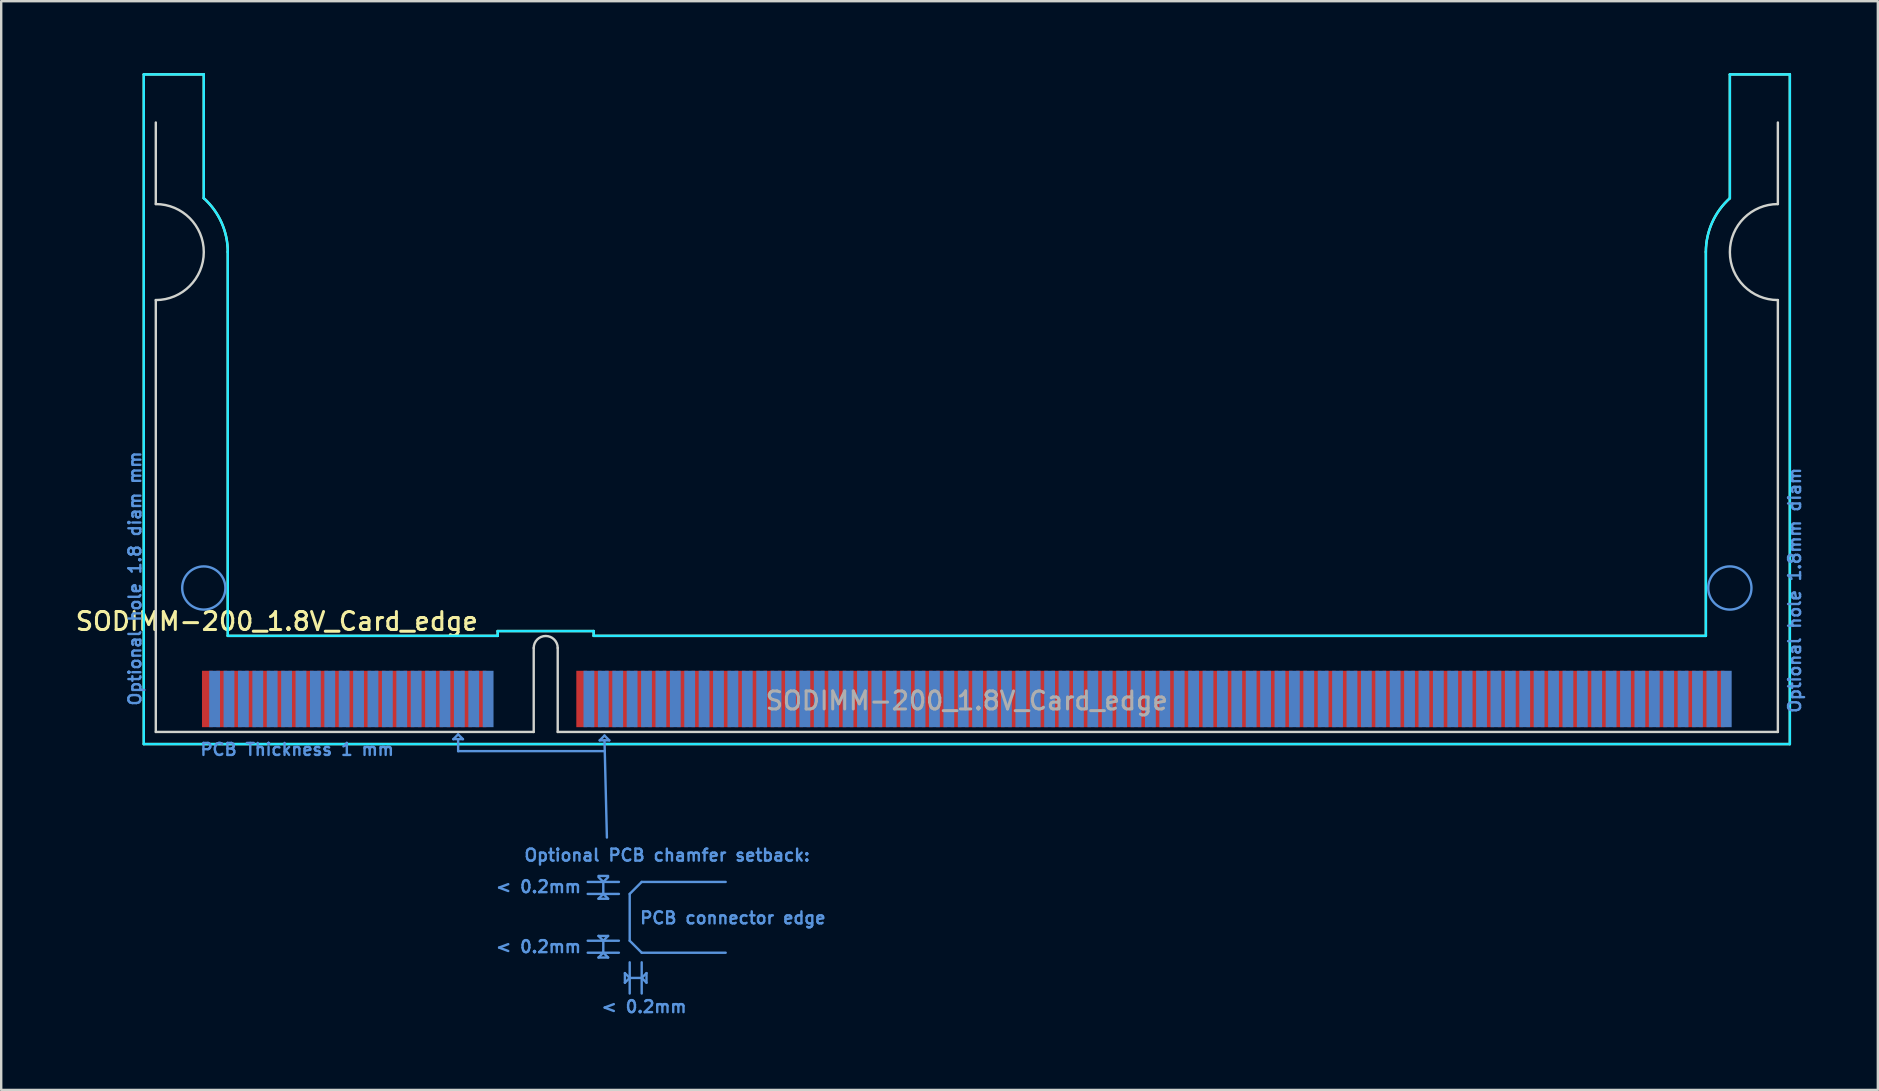
<source format=kicad_pcb>
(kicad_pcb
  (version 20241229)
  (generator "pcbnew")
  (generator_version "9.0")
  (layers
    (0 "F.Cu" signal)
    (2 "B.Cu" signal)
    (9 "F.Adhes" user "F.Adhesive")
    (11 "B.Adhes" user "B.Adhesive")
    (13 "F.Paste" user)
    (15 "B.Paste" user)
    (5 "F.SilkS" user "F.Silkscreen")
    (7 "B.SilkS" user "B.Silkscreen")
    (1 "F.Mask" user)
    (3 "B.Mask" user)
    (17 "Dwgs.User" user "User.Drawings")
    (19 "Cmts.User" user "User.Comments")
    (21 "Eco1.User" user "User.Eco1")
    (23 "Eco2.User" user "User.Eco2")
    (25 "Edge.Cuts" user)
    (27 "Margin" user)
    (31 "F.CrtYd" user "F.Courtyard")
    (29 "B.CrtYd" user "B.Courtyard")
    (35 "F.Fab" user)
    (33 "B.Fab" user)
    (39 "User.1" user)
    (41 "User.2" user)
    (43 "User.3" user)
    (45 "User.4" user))
  (footprint "SODIMM-200_1.8V_Card_edge"
    (layer "F.Cu")
    (at 5.593 26.08)
    (property "Reference" "SODIMM-200_1.8V_Card_edge" (at 2.895 -3.235 0) (layer "F.SilkS") (effects (font (size 0.75 0.75) (thickness 0.125))))
    (attr exclude_from_pos_files exclude_from_bom allow_soldermask_bridges)
    (fp_rect (start -0.352 -1.302) (end 13.6 1.302) (stroke (width 0) (type solid)) (fill yes) (layer "F.Mask"))
    (fp_rect (start 14.6 -1.302) (end 63.352 1.302) (stroke (width 0) (type solid)) (fill yes) (layer "F.Mask"))
    (fp_rect (start -0.052 -1.302) (end 13.6 1.302) (stroke (width 0) (type solid)) (fill yes) (layer "B.Mask"))
    (fp_rect (start 14.6 -1.302) (end 63.652 1.302) (stroke (width 0) (type solid)) (fill yes) (layer "B.Mask"))
    (fp_line (start -2.65 -26.03) (end -2.65 1.88) (stroke (width 0.1) (type default)) (layer "F.SilkS"))
    (fp_line (start -2.65 -26.03) (end -0.15 -26.03) (stroke (width 0.1) (type default)) (layer "F.SilkS"))
    (fp_line (start -0.15 -20.87) (end -0.15 -26.03) (stroke (width 0.1) (type default)) (layer "F.SilkS"))
    (fp_line (start 0.85 -2.63) (end 0.85 -18.63) (stroke (width 0.1) (type default)) (layer "F.SilkS"))
    (fp_line (start 0.85 -2.63) (end 12.1 -2.63) (stroke (width 0.1) (type default)) (layer "F.SilkS"))
    (fp_line (start 12.1 -2.83) (end 16.1 -2.83) (stroke (width 0.1) (type default)) (layer "F.SilkS"))
    (fp_line (start 12.1 -2.63) (end 12.1 -2.83) (stroke (width 0.1) (type default)) (layer "F.SilkS"))
    (fp_line (start 16.1 -2.83) (end 16.1 -2.63) (stroke (width 0.1) (type default)) (layer "F.SilkS"))
    (fp_line (start 16.1 -2.63) (end 62.45 -2.63) (stroke (width 0.1) (type default)) (layer "F.SilkS"))
    (fp_line (start 62.45 -2.63) (end 62.45 -18.63) (stroke (width 0.1) (type default)) (layer "F.SilkS"))
    (fp_line (start 63.45 -20.87) (end 63.45 -26.03) (stroke (width 0.1) (type default)) (layer "F.SilkS"))
    (fp_line (start 65.95 -26.03) (end 63.45 -26.03) (stroke (width 0.1) (type default)) (layer "F.SilkS"))
    (fp_line (start 65.95 -26.03) (end 65.95 1.88) (stroke (width 0.1) (type default)) (layer "F.SilkS"))
    (fp_line (start 65.95 1.88) (end -2.65 1.88) (stroke (width 0.1) (type default)) (layer "F.SilkS"))
    (fp_arc (start -0.15 -20.87) (mid 0.588474 -19.856462) (end 0.85 -18.63) (stroke (width 0.1) (type default)) (layer "F.SilkS"))
    (fp_arc (start 62.45 -18.63) (mid 62.711526 -19.856462) (end 63.45 -20.87) (stroke (width 0.1) (type default)) (layer "F.SilkS"))
    (fp_line (start 10.25 1.675) (end 10.45 1.475) (stroke (width 0.1) (type default)) (layer "Cmts.User"))
    (fp_line (start 10.45 1.475) (end 10.65 1.675) (stroke (width 0.1) (type default)) (layer "Cmts.User"))
    (fp_line (start 10.45 1.675) (end 10.45 2.175) (stroke (width 0.1) (type default)) (layer "Cmts.User"))
    (fp_line (start 10.45 2.175) (end 16.55 2.175) (stroke (width 0.1) (type default)) (layer "Cmts.User"))
    (fp_line (start 10.65 1.675) (end 10.25 1.675) (stroke (width 0.1) (type default)) (layer "Cmts.User"))
    (fp_line (start 15.85 7.625) (end 17.15 7.625) (stroke (width 0.1) (type default)) (layer "Cmts.User"))
    (fp_line (start 15.85 8.125) (end 17.15 8.125) (stroke (width 0.1) (type default)) (layer "Cmts.User"))
    (fp_line (start 15.85 10.075) (end 17.15 10.075) (stroke (width 0.1) (type default)) (layer "Cmts.User"))
    (fp_line (start 15.85 10.575) (end 17.15 10.575) (stroke (width 0.1) (type default)) (layer "Cmts.User"))
    (fp_line (start 16.3 7.375) (end 16.7 7.375) (stroke (width 0.1) (type default)) (layer "Cmts.User"))
    (fp_line (start 16.3 8.325) (end 16.5 8.125) (stroke (width 0.1) (type default)) (layer "Cmts.User"))
    (fp_line (start 16.3 9.875) (end 16.7 9.875) (stroke (width 0.1) (type default)) (layer "Cmts.User"))
    (fp_line (start 16.3 10.775) (end 16.5 10.575) (stroke (width 0.1) (type default)) (layer "Cmts.User"))
    (fp_line (start 16.35 1.725) (end 16.55 1.525) (stroke (width 0.1) (type default)) (layer "Cmts.User"))
    (fp_line (start 16.5 7.625) (end 16.3 7.425) (stroke (width 0.1) (type default)) (layer "Cmts.User"))
    (fp_line (start 16.5 8.125) (end 16.5 7.625) (stroke (width 0.1) (type default)) (layer "Cmts.User"))
    (fp_line (start 16.5 8.125) (end 16.7 8.325) (stroke (width 0.1) (type default)) (layer "Cmts.User"))
    (fp_line (start 16.5 10.075) (end 16.3 9.875) (stroke (width 0.1) (type default)) (layer "Cmts.User"))
    (fp_line (start 16.5 10.575) (end 16.5 10.075) (stroke (width 0.1) (type default)) (layer "Cmts.User"))
    (fp_line (start 16.5 10.575) (end 16.7 10.775) (stroke (width 0.1) (type default)) (layer "Cmts.User"))
    (fp_line (start 16.55 1.525) (end 16.75 1.725) (stroke (width 0.1) (type default)) (layer "Cmts.User"))
    (fp_line (start 16.55 1.725) (end 16.65 5.775) (stroke (width 0.1) (type default)) (layer "Cmts.User"))
    (fp_line (start 16.7 7.425) (end 16.5 7.625) (stroke (width 0.1) (type default)) (layer "Cmts.User"))
    (fp_line (start 16.7 8.325) (end 16.3 8.325) (stroke (width 0.1) (type default)) (layer "Cmts.User"))
    (fp_line (start 16.7 9.875) (end 16.5 10.075) (stroke (width 0.1) (type default)) (layer "Cmts.User"))
    (fp_line (start 16.7 10.775) (end 16.3 10.775) (stroke (width 0.1) (type default)) (layer "Cmts.User"))
    (fp_line (start 16.75 1.725) (end 16.35 1.725) (stroke (width 0.1) (type default)) (layer "Cmts.User"))
    (fp_line (start 17.4 11.425) (end 17.6 11.625) (stroke (width 0.1) (type default)) (layer "Cmts.User"))
    (fp_line (start 17.4 11.825) (end 17.4 11.425) (stroke (width 0.1) (type default)) (layer "Cmts.User"))
    (fp_line (start 17.6 8.125) (end 17.6 10.075) (stroke (width 0.1) (type default)) (layer "Cmts.User"))
    (fp_line (start 17.6 10.975) (end 17.6 12.275) (stroke (width 0.1) (type default)) (layer "Cmts.User"))
    (fp_line (start 17.6 11.625) (end 17.4 11.825) (stroke (width 0.1) (type default)) (layer "Cmts.User"))
    (fp_line (start 17.6 11.625) (end 18.1 11.625) (stroke (width 0.1) (type default)) (layer "Cmts.User"))
    (fp_line (start 18.1 7.625) (end 17.6 8.125) (stroke (width 0.1) (type default)) (layer "Cmts.User"))
    (fp_line (start 18.1 7.625) (end 21.6 7.625) (stroke (width 0.1) (type default)) (layer "Cmts.User"))
    (fp_line (start 18.1 10.575) (end 17.6 10.075) (stroke (width 0.1) (type default)) (layer "Cmts.User"))
    (fp_line (start 18.1 10.575) (end 21.6 10.575) (stroke (width 0.1) (type default)) (layer "Cmts.User"))
    (fp_line (start 18.1 10.975) (end 18.1 12.275) (stroke (width 0.1) (type default)) (layer "Cmts.User"))
    (fp_line (start 18.1 11.625) (end 18.3 11.425) (stroke (width 0.1) (type default)) (layer "Cmts.User"))
    (fp_line (start 18.3 11.425) (end 18.3 11.825) (stroke (width 0.1) (type default)) (layer "Cmts.User"))
    (fp_line (start 18.3 11.825) (end 18.1 11.625) (stroke (width 0.1) (type default)) (layer "Cmts.User"))
    (fp_circle (center -0.15 -4.625) (end 0.75 -4.625) (stroke (width 0.1) (type default)) (fill no) (layer "Cmts.User"))
    (fp_circle (center 63.45 -4.625) (end 64.35 -4.625) (stroke (width 0.1) (type default)) (fill no) (layer "Cmts.User"))
    (fp_line (start -2.15 -20.625) (end -2.15 -24.025) (stroke (width 0.1) (type default)) (layer "Edge.Cuts"))
    (fp_line (start -2.15 1.375) (end -2.15 -16.625) (stroke (width 0.1) (type solid)) (layer "Edge.Cuts"))
    (fp_line (start 13.6 1.375) (end -2.15 1.375) (stroke (width 0.1) (type default)) (layer "Edge.Cuts"))
    (fp_line (start 13.6 1.375) (end 13.6 -2.125) (stroke (width 0.1) (type solid)) (layer "Edge.Cuts"))
    (fp_line (start 14.6 -2.125) (end 14.6 1.375) (stroke (width 0.1) (type solid)) (layer "Edge.Cuts"))
    (fp_line (start 14.6 1.375) (end 65.45 1.375) (stroke (width 0.1) (type default)) (layer "Edge.Cuts"))
    (fp_line (start 65.45 -20.625) (end 65.45 -24.025) (stroke (width 0.1) (type default)) (layer "Edge.Cuts"))
    (fp_line (start 65.45 1.375) (end 65.45 -16.625) (stroke (width 0.1) (type solid)) (layer "Edge.Cuts"))
    (fp_arc (start -2.15 -20.625) (mid -0.15 -18.625) (end -2.15 -16.625) (stroke (width 0.1) (type solid)) (layer "Edge.Cuts"))
    (fp_arc (start 13.6 -2.125) (mid 14.1 -2.625) (end 14.6 -2.125) (stroke (width 0.1) (type solid)) (layer "Edge.Cuts"))
    (fp_arc (start 65.45 -16.625) (mid 63.45 -18.625) (end 65.45 -20.625) (stroke (width 0.1) (type solid)) (layer "Edge.Cuts"))
    (fp_line (start -2.65 -26.03) (end -2.65 1.88) (stroke (width 0.1) (type default)) (layer "B.CrtYd"))
    (fp_line (start -2.65 -26.03) (end -0.15 -26.03) (stroke (width 0.1) (type default)) (layer "B.CrtYd"))
    (fp_line (start -0.15 -20.87) (end -0.15 -26.03) (stroke (width 0.1) (type default)) (layer "B.CrtYd"))
    (fp_line (start 0.85 -18.63) (end 0.85 -2.63) (stroke (width 0.1) (type default)) (layer "B.CrtYd"))
    (fp_line (start 0.85 -2.63) (end 12.1 -2.63) (stroke (width 0.1) (type default)) (layer "B.CrtYd"))
    (fp_line (start 12.1 -2.83) (end 16.1 -2.83) (stroke (width 0.1) (type default)) (layer "B.CrtYd"))
    (fp_line (start 12.1 -2.63) (end 12.1 -2.83) (stroke (width 0.1) (type default)) (layer "B.CrtYd"))
    (fp_line (start 16.1 -2.83) (end 16.1 -2.63) (stroke (width 0.1) (type default)) (layer "B.CrtYd"))
    (fp_line (start 16.1 -2.63) (end 62.45 -2.63) (stroke (width 0.1) (type default)) (layer "B.CrtYd"))
    (fp_line (start 62.45 -18.63) (end 62.45 -2.63) (stroke (width 0.1) (type default)) (layer "B.CrtYd"))
    (fp_line (start 63.45 -20.87) (end 63.45 -26.03) (stroke (width 0.1) (type default)) (layer "B.CrtYd"))
    (fp_line (start 65.95 -26.03) (end 63.45 -26.03) (stroke (width 0.1) (type default)) (layer "B.CrtYd"))
    (fp_line (start 65.95 -26.03) (end 65.95 1.88) (stroke (width 0.1) (type default)) (layer "B.CrtYd"))
    (fp_line (start 65.95 1.88) (end -2.65 1.88) (stroke (width 0.1) (type default)) (layer "B.CrtYd"))
    (fp_arc (start -0.15 -20.87) (mid 0.588474 -19.856462) (end 0.85 -18.63) (stroke (width 0.1) (type default)) (layer "B.CrtYd"))
    (fp_arc (start 62.45 -18.63) (mid 62.711526 -19.856462) (end 63.45 -20.87) (stroke (width 0.1) (type default)) (layer "B.CrtYd"))
    (fp_text user "< 0.2mm" (at 13.8 7.825 180) (layer "Cmts.User") (effects (font (size 0.5 0.5) (thickness 0.1))))
    (fp_text user "Optional hole 1.8mm diam" (at 66.15 -4.53 90) (unlocked yes) (layer "Cmts.User") (effects (font (size 0.5 0.5) (thickness 0.1))))
    (fp_text user "PCB connector edge" (at 21.9 9.125 180) (layer "Cmts.User") (effects (font (size 0.5 0.5) (thickness 0.1))))
    (fp_text user "Optional hole 1.8 diam mm" (at -3.02 -5.02 90) (unlocked yes) (layer "Cmts.User") (effects (font (size 0.5 0.5) (thickness 0.1))))
    (fp_text user "Optional PCB chamfer setback:" (at 19.16 6.51 180) (layer "Cmts.User") (effects (font (size 0.5 0.5) (thickness 0.1))))
    (fp_text user "< 0.2mm" (at 18.2 12.825 180) (layer "Cmts.User") (effects (font (size 0.5 0.5) (thickness 0.1))))
    (fp_text user "< 0.2mm" (at 13.8 10.325 180) (layer "Cmts.User") (effects (font (size 0.5 0.5) (thickness 0.1))))
    (fp_text user "PCB Thickness 1 mm" (at 3.74 2.105 180) (layer "Cmts.User") (effects (font (size 0.5 0.5) (thickness 0.1))))
    (fp_text user "${REFERENCE}" (at 31.65 0.075 0) (layer "F.Fab") (effects (font (size 0.75 0.75) (thickness 0.125))))
    (pad "1" connect rect (at 0 0) (size 0.45 2.35) (layers "F.Cu" "F.Mask"))
    (pad "2" connect rect (at 0.3 0) (size 0.45 2.35) (layers "B.Cu" "B.Mask"))
    (pad "3" connect rect (at 0.6 0) (size 0.45 2.35) (layers "F.Cu" "F.Mask"))
    (pad "4" connect rect (at 0.9 0) (size 0.45 2.35) (layers "B.Cu" "B.Mask"))
    (pad "5" connect rect (at 1.2 0) (size 0.45 2.35) (layers "F.Cu" "F.Mask"))
    (pad "6" connect rect (at 1.5 0) (size 0.45 2.35) (layers "B.Cu" "B.Mask"))
    (pad "7" connect rect (at 1.8 0) (size 0.45 2.35) (layers "F.Cu" "F.Mask"))
    (pad "8" connect rect (at 2.1 0) (size 0.45 2.35) (layers "B.Cu" "B.Mask"))
    (pad "9" connect rect (at 2.4 0) (size 0.45 2.35) (layers "F.Cu" "F.Mask"))
    (pad "10" connect rect (at 2.7 0) (size 0.45 2.35) (layers "B.Cu" "B.Mask"))
    (pad "11" connect rect (at 3 0) (size 0.45 2.35) (layers "F.Cu" "F.Mask"))
    (pad "12" connect rect (at 3.3 0) (size 0.45 2.35) (layers "B.Cu" "B.Mask"))
    (pad "13" connect rect (at 3.6 0) (size 0.45 2.35) (layers "F.Cu" "F.Mask"))
    (pad "14" connect rect (at 3.9 0) (size 0.45 2.35) (layers "B.Cu" "B.Mask"))
    (pad "15" connect rect (at 4.2 0) (size 0.45 2.35) (layers "F.Cu" "F.Mask"))
    (pad "16" connect rect (at 4.5 0) (size 0.45 2.35) (layers "B.Cu" "B.Mask"))
    (pad "17" connect rect (at 4.8 0) (size 0.45 2.35) (layers "F.Cu" "F.Mask"))
    (pad "18" connect rect (at 5.1 0) (size 0.45 2.35) (layers "B.Cu" "B.Mask"))
    (pad "19" connect rect (at 5.4 0) (size 0.45 2.35) (layers "F.Cu" "F.Mask"))
    (pad "20" connect rect (at 5.7 0) (size 0.45 2.35) (layers "B.Cu" "B.Mask"))
    (pad "21" connect rect (at 6 0) (size 0.45 2.35) (layers "F.Cu" "F.Mask"))
    (pad "22" connect rect (at 6.3 0) (size 0.45 2.35) (layers "B.Cu" "B.Mask"))
    (pad "23" connect rect (at 6.6 0) (size 0.45 2.35) (layers "F.Cu" "F.Mask"))
    (pad "24" connect rect (at 6.9 0) (size 0.45 2.35) (layers "B.Cu" "B.Mask"))
    (pad "25" connect rect (at 7.2 0) (size 0.45 2.35) (layers "F.Cu" "F.Mask"))
    (pad "26" connect rect (at 7.5 0) (size 0.45 2.35) (layers "B.Cu" "B.Mask"))
    (pad "27" connect rect (at 7.8 0) (size 0.45 2.35) (layers "F.Cu" "F.Mask"))
    (pad "28" connect rect (at 8.1 0) (size 0.45 2.35) (layers "B.Cu" "B.Mask"))
    (pad "29" connect rect (at 8.4 0) (size 0.45 2.35) (layers "F.Cu" "F.Mask"))
    (pad "30" connect rect (at 8.7 0) (size 0.45 2.35) (layers "B.Cu" "B.Mask"))
    (pad "31" connect rect (at 9 0) (size 0.45 2.35) (layers "F.Cu" "F.Mask"))
    (pad "32" connect rect (at 9.3 0) (size 0.45 2.35) (layers "B.Cu" "B.Mask"))
    (pad "33" connect rect (at 9.6 0) (size 0.45 2.35) (layers "F.Cu" "F.Mask"))
    (pad "34" connect rect (at 9.9 0) (size 0.45 2.35) (layers "B.Cu" "B.Mask"))
    (pad "35" connect rect (at 10.2 0) (size 0.45 2.35) (layers "F.Cu" "F.Mask"))
    (pad "36" connect rect (at 10.5 0) (size 0.45 2.35) (layers "B.Cu" "B.Mask"))
    (pad "37" connect rect (at 10.8 0) (size 0.45 2.35) (layers "F.Cu" "F.Mask"))
    (pad "38" connect rect (at 11.1 0) (size 0.45 2.35) (layers "B.Cu" "B.Mask"))
    (pad "39" connect rect (at 11.4 0) (size 0.45 2.35) (layers "F.Cu" "F.Mask"))
    (pad "40" connect rect (at 11.7 0) (size 0.45 2.35) (layers "B.Cu" "B.Mask"))
    (pad "41" connect rect (at 15.6 0) (size 0.45 2.35) (layers "F.Cu" "F.Mask"))
    (pad "42" connect rect (at 15.9 0) (size 0.45 2.35) (layers "B.Cu" "B.Mask"))
    (pad "43" connect rect (at 16.2 0) (size 0.45 2.35) (layers "F.Cu" "F.Mask"))
    (pad "44" connect rect (at 16.5 0) (size 0.45 2.35) (layers "B.Cu" "B.Mask"))
    (pad "45" connect rect (at 16.8 0) (size 0.45 2.35) (layers "F.Cu" "F.Mask"))
    (pad "46" connect rect (at 17.1 0) (size 0.45 2.35) (layers "B.Cu" "B.Mask"))
    (pad "47" connect rect (at 17.4 0) (size 0.45 2.35) (layers "F.Cu" "F.Mask"))
    (pad "48" connect rect (at 17.7 0) (size 0.45 2.35) (layers "B.Cu" "B.Mask"))
    (pad "49" connect rect (at 18 0) (size 0.45 2.35) (layers "F.Cu" "F.Mask"))
    (pad "50" connect rect (at 18.3 0) (size 0.45 2.35) (layers "B.Cu" "B.Mask"))
    (pad "51" connect rect (at 18.6 0) (size 0.45 2.35) (layers "F.Cu" "F.Mask"))
    (pad "52" connect rect (at 18.9 0) (size 0.45 2.35) (layers "B.Cu" "B.Mask"))
    (pad "53" connect rect (at 19.2 0) (size 0.45 2.35) (layers "F.Cu" "F.Mask"))
    (pad "54" connect rect (at 19.5 0) (size 0.45 2.35) (layers "B.Cu" "B.Mask"))
    (pad "55" connect rect (at 19.8 0) (size 0.45 2.35) (layers "F.Cu" "F.Mask"))
    (pad "56" connect rect (at 20.1 0) (size 0.45 2.35) (layers "B.Cu" "B.Mask"))
    (pad "57" connect rect (at 20.4 0) (size 0.45 2.35) (layers "F.Cu" "F.Mask"))
    (pad "58" connect rect (at 20.7 0) (size 0.45 2.35) (layers "B.Cu" "B.Mask"))
    (pad "59" connect rect (at 21 0) (size 0.45 2.35) (layers "F.Cu" "F.Mask"))
    (pad "60" connect rect (at 21.3 0) (size 0.45 2.35) (layers "B.Cu" "B.Mask"))
    (pad "61" connect rect (at 21.6 0) (size 0.45 2.35) (layers "F.Cu" "F.Mask"))
    (pad "62" connect rect (at 21.9 0) (size 0.45 2.35) (layers "B.Cu" "B.Mask"))
    (pad "63" connect rect (at 22.2 0) (size 0.45 2.35) (layers "F.Cu" "F.Mask"))
    (pad "64" connect rect (at 22.5 0) (size 0.45 2.35) (layers "B.Cu" "B.Mask"))
    (pad "65" connect rect (at 22.8 0) (size 0.45 2.35) (layers "F.Cu" "F.Mask"))
    (pad "66" connect rect (at 23.1 0) (size 0.45 2.35) (layers "B.Cu" "B.Mask"))
    (pad "67" connect rect (at 23.4 0) (size 0.45 2.35) (layers "F.Cu" "F.Mask"))
    (pad "68" connect rect (at 23.7 0) (size 0.45 2.35) (layers "B.Cu" "B.Mask"))
    (pad "69" connect rect (at 24 0) (size 0.45 2.35) (layers "F.Cu" "F.Mask"))
    (pad "70" connect rect (at 24.3 0) (size 0.45 2.35) (layers "B.Cu" "B.Mask"))
    (pad "71" connect rect (at 24.6 0) (size 0.45 2.35) (layers "F.Cu" "F.Mask"))
    (pad "72" connect rect (at 24.9 0) (size 0.45 2.35) (layers "B.Cu" "B.Mask"))
    (pad "73" connect rect (at 25.2 0) (size 0.45 2.35) (layers "F.Cu" "F.Mask"))
    (pad "74" connect rect (at 25.5 0) (size 0.45 2.35) (layers "B.Cu" "B.Mask"))
    (pad "75" connect rect (at 25.8 0) (size 0.45 2.35) (layers "F.Cu" "F.Mask"))
    (pad "76" connect rect (at 26.1 0) (size 0.45 2.35) (layers "B.Cu" "B.Mask"))
    (pad "77" connect rect (at 26.4 0) (size 0.45 2.35) (layers "F.Cu" "F.Mask"))
    (pad "78" connect rect (at 26.7 0) (size 0.45 2.35) (layers "B.Cu" "B.Mask"))
    (pad "79" connect rect (at 27 0) (size 0.45 2.35) (layers "F.Cu" "F.Mask"))
    (pad "80" connect rect (at 27.3 0) (size 0.45 2.35) (layers "B.Cu" "B.Mask"))
    (pad "81" connect rect (at 27.6 0) (size 0.45 2.35) (layers "F.Cu" "F.Mask"))
    (pad "82" connect rect (at 27.9 0) (size 0.45 2.35) (layers "B.Cu" "B.Mask"))
    (pad "83" connect rect (at 28.2 0) (size 0.45 2.35) (layers "F.Cu" "F.Mask"))
    (pad "84" connect rect (at 28.5 0) (size 0.45 2.35) (layers "B.Cu" "B.Mask"))
    (pad "85" connect rect (at 28.8 0) (size 0.45 2.35) (layers "F.Cu" "F.Mask"))
    (pad "86" connect rect (at 29.1 0) (size 0.45 2.35) (layers "B.Cu" "B.Mask"))
    (pad "87" connect rect (at 29.4 0) (size 0.45 2.35) (layers "F.Cu" "F.Mask"))
    (pad "88" connect rect (at 29.7 0) (size 0.45 2.35) (layers "B.Cu" "B.Mask"))
    (pad "89" connect rect (at 30 0) (size 0.45 2.35) (layers "F.Cu" "F.Mask"))
    (pad "90" connect rect (at 30.3 0) (size 0.45 2.35) (layers "B.Cu" "B.Mask"))
    (pad "91" connect rect (at 30.6 0) (size 0.45 2.35) (layers "F.Cu" "F.Mask"))
    (pad "92" connect rect (at 30.9 0) (size 0.45 2.35) (layers "B.Cu" "B.Mask"))
    (pad "93" connect rect (at 31.2 0) (size 0.45 2.35) (layers "F.Cu" "F.Mask"))
    (pad "94" connect rect (at 31.5 0) (size 0.45 2.35) (layers "B.Cu" "B.Mask"))
    (pad "95" connect rect (at 31.8 0) (size 0.45 2.35) (layers "F.Cu" "F.Mask"))
    (pad "96" connect rect (at 32.1 0) (size 0.45 2.35) (layers "B.Cu" "B.Mask"))
    (pad "97" connect rect (at 32.4 0) (size 0.45 2.35) (layers "F.Cu" "F.Mask"))
    (pad "98" connect rect (at 32.7 0) (size 0.45 2.35) (layers "B.Cu" "B.Mask"))
    (pad "99" connect rect (at 33 0) (size 0.45 2.35) (layers "F.Cu" "F.Mask"))
    (pad "100" connect rect (at 33.3 0) (size 0.45 2.35) (layers "B.Cu" "B.Mask"))
    (pad "101" connect rect (at 33.6 0) (size 0.45 2.35) (layers "F.Cu" "F.Mask"))
    (pad "102" connect rect (at 33.9 0) (size 0.45 2.35) (layers "B.Cu" "B.Mask"))
    (pad "103" connect rect (at 34.2 0) (size 0.45 2.35) (layers "F.Cu" "F.Mask"))
    (pad "104" connect rect (at 34.5 0) (size 0.45 2.35) (layers "B.Cu" "B.Mask"))
    (pad "105" connect rect (at 34.8 0) (size 0.45 2.35) (layers "F.Cu" "F.Mask"))
    (pad "106" connect rect (at 35.1 0) (size 0.45 2.35) (layers "B.Cu" "B.Mask"))
    (pad "107" connect rect (at 35.4 0) (size 0.45 2.35) (layers "F.Cu" "F.Mask"))
    (pad "108" connect rect (at 35.7 0) (size 0.45 2.35) (layers "B.Cu" "B.Mask"))
    (pad "109" connect rect (at 36 0) (size 0.45 2.35) (layers "F.Cu" "F.Mask"))
    (pad "110" connect rect (at 36.3 0) (size 0.45 2.35) (layers "B.Cu" "B.Mask"))
    (pad "111" connect rect (at 36.6 0) (size 0.45 2.35) (layers "F.Cu" "F.Mask"))
    (pad "112" connect rect (at 36.9 0) (size 0.45 2.35) (layers "B.Cu" "B.Mask"))
    (pad "113" connect rect (at 37.2 0) (size 0.45 2.35) (layers "F.Cu" "F.Mask"))
    (pad "114" connect rect (at 37.5 0) (size 0.45 2.35) (layers "B.Cu" "B.Mask"))
    (pad "115" connect rect (at 37.8 0) (size 0.45 2.35) (layers "F.Cu" "F.Mask"))
    (pad "116" connect rect (at 38.1 0) (size 0.45 2.35) (layers "B.Cu" "B.Mask"))
    (pad "117" connect rect (at 38.4 0) (size 0.45 2.35) (layers "F.Cu" "F.Mask"))
    (pad "118" connect rect (at 38.7 0) (size 0.45 2.35) (layers "B.Cu" "B.Mask"))
    (pad "119" connect rect (at 39 0) (size 0.45 2.35) (layers "F.Cu" "F.Mask"))
    (pad "120" connect rect (at 39.3 0) (size 0.45 2.35) (layers "B.Cu" "B.Mask"))
    (pad "121" connect rect (at 39.6 0) (size 0.45 2.35) (layers "F.Cu" "F.Mask"))
    (pad "122" connect rect (at 39.9 0) (size 0.45 2.35) (layers "B.Cu" "B.Mask"))
    (pad "123" connect rect (at 40.2 0) (size 0.45 2.35) (layers "F.Cu" "F.Mask"))
    (pad "124" connect rect (at 40.5 0) (size 0.45 2.35) (layers "B.Cu" "B.Mask"))
    (pad "125" connect rect (at 40.8 0) (size 0.45 2.35) (layers "F.Cu" "F.Mask"))
    (pad "126" connect rect (at 41.1 0) (size 0.45 2.35) (layers "B.Cu" "B.Mask"))
    (pad "127" connect rect (at 41.4 0) (size 0.45 2.35) (layers "F.Cu" "F.Mask"))
    (pad "128" connect rect (at 41.7 0) (size 0.45 2.35) (layers "B.Cu" "B.Mask"))
    (pad "129" connect rect (at 42 0) (size 0.45 2.35) (layers "F.Cu" "F.Mask"))
    (pad "130" connect rect (at 42.3 0) (size 0.45 2.35) (layers "B.Cu" "B.Mask"))
    (pad "131" connect rect (at 42.6 0) (size 0.45 2.35) (layers "F.Cu" "F.Mask"))
    (pad "132" connect rect (at 42.9 0) (size 0.45 2.35) (layers "B.Cu" "B.Mask"))
    (pad "133" connect rect (at 43.2 0) (size 0.45 2.35) (layers "F.Cu" "F.Mask"))
    (pad "134" connect rect (at 43.5 0) (size 0.45 2.35) (layers "B.Cu" "B.Mask"))
    (pad "135" connect rect (at 43.8 0) (size 0.45 2.35) (layers "F.Cu" "F.Mask"))
    (pad "136" connect rect (at 44.1 0) (size 0.45 2.35) (layers "B.Cu" "B.Mask"))
    (pad "137" connect rect (at 44.4 0) (size 0.45 2.35) (layers "F.Cu" "F.Mask"))
    (pad "138" connect rect (at 44.7 0) (size 0.45 2.35) (layers "B.Cu" "B.Mask"))
    (pad "139" connect rect (at 45 0) (size 0.45 2.35) (layers "F.Cu" "F.Mask"))
    (pad "140" connect rect (at 45.3 0) (size 0.45 2.35) (layers "B.Cu" "B.Mask"))
    (pad "141" connect rect (at 45.6 0) (size 0.45 2.35) (layers "F.Cu" "F.Mask"))
    (pad "142" connect rect (at 45.9 0) (size 0.45 2.35) (layers "B.Cu" "B.Mask"))
    (pad "143" connect rect (at 46.2 0) (size 0.45 2.35) (layers "F.Cu" "F.Mask"))
    (pad "144" connect rect (at 46.5 0) (size 0.45 2.35) (layers "B.Cu" "B.Mask"))
    (pad "145" connect rect (at 46.8 0) (size 0.45 2.35) (layers "F.Cu" "F.Mask"))
    (pad "146" connect rect (at 47.1 0) (size 0.45 2.35) (layers "B.Cu" "B.Mask"))
    (pad "147" connect rect (at 47.4 0) (size 0.45 2.35) (layers "F.Cu" "F.Mask"))
    (pad "148" connect rect (at 47.7 0) (size 0.45 2.35) (layers "B.Cu" "B.Mask"))
    (pad "149" connect rect (at 48 0) (size 0.45 2.35) (layers "F.Cu" "F.Mask"))
    (pad "150" connect rect (at 48.3 0) (size 0.45 2.35) (layers "B.Cu" "B.Mask"))
    (pad "151" connect rect (at 48.6 0) (size 0.45 2.35) (layers "F.Cu" "F.Mask"))
    (pad "152" connect rect (at 48.9 0) (size 0.45 2.35) (layers "B.Cu" "B.Mask"))
    (pad "153" connect rect (at 49.2 0) (size 0.45 2.35) (layers "F.Cu" "F.Mask"))
    (pad "154" connect rect (at 49.5 0) (size 0.45 2.35) (layers "B.Cu" "B.Mask"))
    (pad "155" connect rect (at 49.8 0) (size 0.45 2.35) (layers "F.Cu" "F.Mask"))
    (pad "156" connect rect (at 50.1 0) (size 0.45 2.35) (layers "B.Cu" "B.Mask"))
    (pad "157" connect rect (at 50.4 0) (size 0.45 2.35) (layers "F.Cu" "F.Mask"))
    (pad "158" connect rect (at 50.7 0) (size 0.45 2.35) (layers "B.Cu" "B.Mask"))
    (pad "159" connect rect (at 51 0) (size 0.45 2.35) (layers "F.Cu" "F.Mask"))
    (pad "160" connect rect (at 51.3 0) (size 0.45 2.35) (layers "B.Cu" "B.Mask"))
    (pad "161" connect rect (at 51.6 0) (size 0.45 2.35) (layers "F.Cu" "F.Mask"))
    (pad "162" connect rect (at 51.9 0) (size 0.45 2.35) (layers "B.Cu" "B.Mask"))
    (pad "163" connect rect (at 52.2 0) (size 0.45 2.35) (layers "F.Cu" "F.Mask"))
    (pad "164" connect rect (at 52.5 0) (size 0.45 2.35) (layers "B.Cu" "B.Mask"))
    (pad "165" connect rect (at 52.8 0) (size 0.45 2.35) (layers "F.Cu" "F.Mask"))
    (pad "166" connect rect (at 53.1 0) (size 0.45 2.35) (layers "B.Cu" "B.Mask"))
    (pad "167" connect rect (at 53.4 0) (size 0.45 2.35) (layers "F.Cu" "F.Mask"))
    (pad "168" connect rect (at 53.7 0) (size 0.45 2.35) (layers "B.Cu" "B.Mask"))
    (pad "169" connect rect (at 54 0) (size 0.45 2.35) (layers "F.Cu" "F.Mask"))
    (pad "170" connect rect (at 54.3 0) (size 0.45 2.35) (layers "B.Cu" "B.Mask"))
    (pad "171" connect rect (at 54.6 0) (size 0.45 2.35) (layers "F.Cu" "F.Mask"))
    (pad "172" connect rect (at 54.9 0) (size 0.45 2.35) (layers "B.Cu" "B.Mask"))
    (pad "173" connect rect (at 55.2 0) (size 0.45 2.35) (layers "F.Cu" "F.Mask"))
    (pad "174" connect rect (at 55.5 0) (size 0.45 2.35) (layers "B.Cu" "B.Mask"))
    (pad "175" connect rect (at 55.8 0) (size 0.45 2.35) (layers "F.Cu" "F.Mask"))
    (pad "176" connect rect (at 56.1 0) (size 0.45 2.35) (layers "B.Cu" "B.Mask"))
    (pad "177" connect rect (at 56.4 0) (size 0.45 2.35) (layers "F.Cu" "F.Mask"))
    (pad "178" connect rect (at 56.7 0) (size 0.45 2.35) (layers "B.Cu" "B.Mask"))
    (pad "179" connect rect (at 57 0) (size 0.45 2.35) (layers "F.Cu" "F.Mask"))
    (pad "180" connect rect (at 57.3 0) (size 0.45 2.35) (layers "B.Cu" "B.Mask"))
    (pad "181" connect rect (at 57.6 0) (size 0.45 2.35) (layers "F.Cu" "F.Mask"))
    (pad "182" connect rect (at 57.9 0) (size 0.45 2.35) (layers "B.Cu" "B.Mask"))
    (pad "183" connect rect (at 58.2 0) (size 0.45 2.35) (layers "F.Cu" "F.Mask"))
    (pad "184" connect rect (at 58.5 0) (size 0.45 2.35) (layers "B.Cu" "B.Mask"))
    (pad "185" connect rect (at 58.8 0) (size 0.45 2.35) (layers "F.Cu" "F.Mask"))
    (pad "186" connect rect (at 59.1 0) (size 0.45 2.35) (layers "B.Cu" "B.Mask"))
    (pad "187" connect rect (at 59.4 0) (size 0.45 2.35) (layers "F.Cu" "F.Mask"))
    (pad "188" connect rect (at 59.7 0) (size 0.45 2.35) (layers "B.Cu" "B.Mask"))
    (pad "189" connect rect (at 60 0) (size 0.45 2.35) (layers "F.Cu" "F.Mask"))
    (pad "190" connect rect (at 60.3 0) (size 0.45 2.35) (layers "B.Cu" "B.Mask"))
    (pad "191" connect rect (at 60.6 0) (size 0.45 2.35) (layers "F.Cu" "F.Mask"))
    (pad "192" connect rect (at 60.9 0) (size 0.45 2.35) (layers "B.Cu" "B.Mask"))
    (pad "193" connect rect (at 61.2 0) (size 0.45 2.35) (layers "F.Cu" "F.Mask"))
    (pad "194" connect rect (at 61.5 0) (size 0.45 2.35) (layers "B.Cu" "B.Mask"))
    (pad "195" connect rect (at 61.8 0) (size 0.45 2.35) (layers "F.Cu" "F.Mask"))
    (pad "196" connect rect (at 62.1 0) (size 0.45 2.35) (layers "B.Cu" "B.Mask"))
    (pad "197" connect rect (at 62.4 0) (size 0.45 2.35) (layers "F.Cu" "F.Mask"))
    (pad "198" connect rect (at 62.7 0) (size 0.45 2.35) (layers "B.Cu" "B.Mask"))
    (pad "199" connect rect (at 63 0) (size 0.45 2.35) (layers "F.Cu" "F.Mask"))
    (pad "200" connect rect (at 63.3 0) (size 0.45 2.35) (layers "B.Cu" "B.Mask"))
    (zone (net_name "") (layers "F.Cu" "B.Cu") (hatch edge 0.5) (connect_pads) (min_thickness 0.25) (filled_areas_thickness no) (keepout (tracks not_allowed) (vias not_allowed) (pads not_allowed) (copperpour not_allowed) (footprints allowed)) (placement (enabled no)) (fill) (polygon (pts (xy 3.442 13.48) (xy 5.442 13.48) (xy 5.442 7.455) (xy 3.442 7.455))))
    (zone (net_name "") (layers "F.Cu" "B.Cu") (hatch edge 0.5) (connect_pads) (min_thickness 0.25) (filled_areas_thickness no) (keepout (tracks not_allowed) (vias not_allowed) (pads not_allowed) (copperpour not_allowed) (footprints allowed)) (placement (enabled no)) (fill) (polygon (pts (xy 3.442 24.905) (xy 5.317 24.905) (xy 5.317 27.455) (xy 3.442 27.455))))
    (zone (net_name "") (layers "F.Cu" "B.Cu") (hatch edge 0.5) (connect_pads) (min_thickness 0.25) (filled_areas_thickness no) (keepout (tracks not_allowed) (vias not_allowed) (pads not_allowed) (copperpour not_allowed) (footprints allowed)) (placement (enabled no)) (fill) (polygon (pts (xy 3.442 27.455) (xy 4.442 27.455) (xy 4.442 13.48) (xy 3.442 13.48))))
    (zone (net_name "") (layers "F.Cu" "B.Cu") (hatch edge 0.5) (connect_pads) (min_thickness 0.25) (filled_areas_thickness no) (keepout (tracks not_allowed) (vias not_allowed) (pads not_allowed) (copperpour not_allowed) (footprints allowed)) (placement (enabled no)) (fill) (polygon (pts (xy 17.567 24.905) (xy 20.942 24.905) (xy 20.942 27.455) (xy 17.567 27.455))))
    (zone (net_name "") (layers "F.Cu" "B.Cu") (hatch edge 0.5) (connect_pads) (min_thickness 0.25) (filled_areas_thickness no) (keepout (tracks not_allowed) (vias not_allowed) (pads not_allowed) (copperpour not_allowed) (footprints allowed)) (placement (enabled no)) (fill) (polygon (pts (xy 69.043 13.48) (xy 71.043 13.48) (xy 71.043 7.455) (xy 69.043 7.455))))
    (zone (net_name "") (layers "F.Cu" "B.Cu") (hatch edge 0.5) (connect_pads) (min_thickness 0.25) (filled_areas_thickness no) (keepout (tracks not_allowed) (vias not_allowed) (pads not_allowed) (copperpour not_allowed) (footprints allowed)) (placement (enabled no)) (fill) (polygon (pts (xy 69.168 24.905) (xy 71.043 24.905) (xy 71.043 27.455) (xy 69.168 27.455))))
    (zone (net_name "") (layers "F.Cu" "B.Cu") (hatch edge 0.5) (connect_pads) (min_thickness 0.25) (filled_areas_thickness no) (keepout (tracks not_allowed) (vias not_allowed) (pads not_allowed) (copperpour not_allowed) (footprints allowed)) (placement (enabled no)) (fill) (polygon (pts (xy 70.043 27.455) (xy 71.043 27.455) (xy 71.043 13.48) (xy 70.043 13.48))))
    (zone (net_name "") (layer "In1.Cu") (hatch edge 0.5) (connect_pads) (min_thickness 0.25) (filled_areas_thickness no) (keepout (tracks not_allowed) (vias not_allowed) (pads not_allowed) (copperpour not_allowed) (footprints allowed)) (placement (enabled no)) (fill) (polygon (pts (xy 3.442 9.955) (xy 5.442 9.955) (xy 5.442 7.455) (xy 3.442 7.455))))
    (zone (net_name "") (layer "In1.Cu") (hatch edge 0.5) (connect_pads) (min_thickness 0.25) (filled_areas_thickness no) (keepout (tracks not_allowed) (vias not_allowed) (pads not_allowed) (copperpour not_allowed) (footprints allowed)) (placement (enabled no)) (fill) (polygon (pts (xy 3.442 27.455) (xy 3.442 26.455) (xy 71.043 26.455) (xy 71.043 27.455))))
    (zone (net_name "") (layer "In1.Cu") (hatch edge 0.5) (connect_pads) (min_thickness 0.25) (filled_areas_thickness no) (keepout (tracks not_allowed) (vias not_allowed) (pads not_allowed) (copperpour not_allowed) (footprints allowed)) (placement (enabled no)) (fill) (polygon (pts (xy 3.442 27.455) (xy 3.942 27.455) (xy 3.942 9.955) (xy 3.442 9.955))))
    (zone (net_name "") (layer "In1.Cu") (hatch edge 0.5) (connect_pads) (min_thickness 0.25) (filled_areas_thickness no) (keepout (tracks not_allowed) (vias not_allowed) (pads not_allowed) (copperpour not_allowed) (footprints allowed)) (placement (enabled no)) (fill) (polygon (pts (xy 69.043 9.955) (xy 71.043 9.955) (xy 71.043 7.455) (xy 69.043 7.455))))
    (zone (net_name "") (layer "In1.Cu") (hatch edge 0.5) (connect_pads) (min_thickness 0.25) (filled_areas_thickness no) (keepout (tracks not_allowed) (vias not_allowed) (pads not_allowed) (copperpour not_allowed) (footprints allowed)) (placement (enabled no)) (fill) (polygon (pts (xy 70.543 27.455) (xy 71.043 27.455) (xy 71.043 9.955) (xy 70.543 9.955)))))
  (gr_rect
    (start -3 -3)
    (end 75.21 42.373)
    (stroke (width 0.1) (type default))
    (fill no)
    (layer "Edge.Cuts")))
</source>
